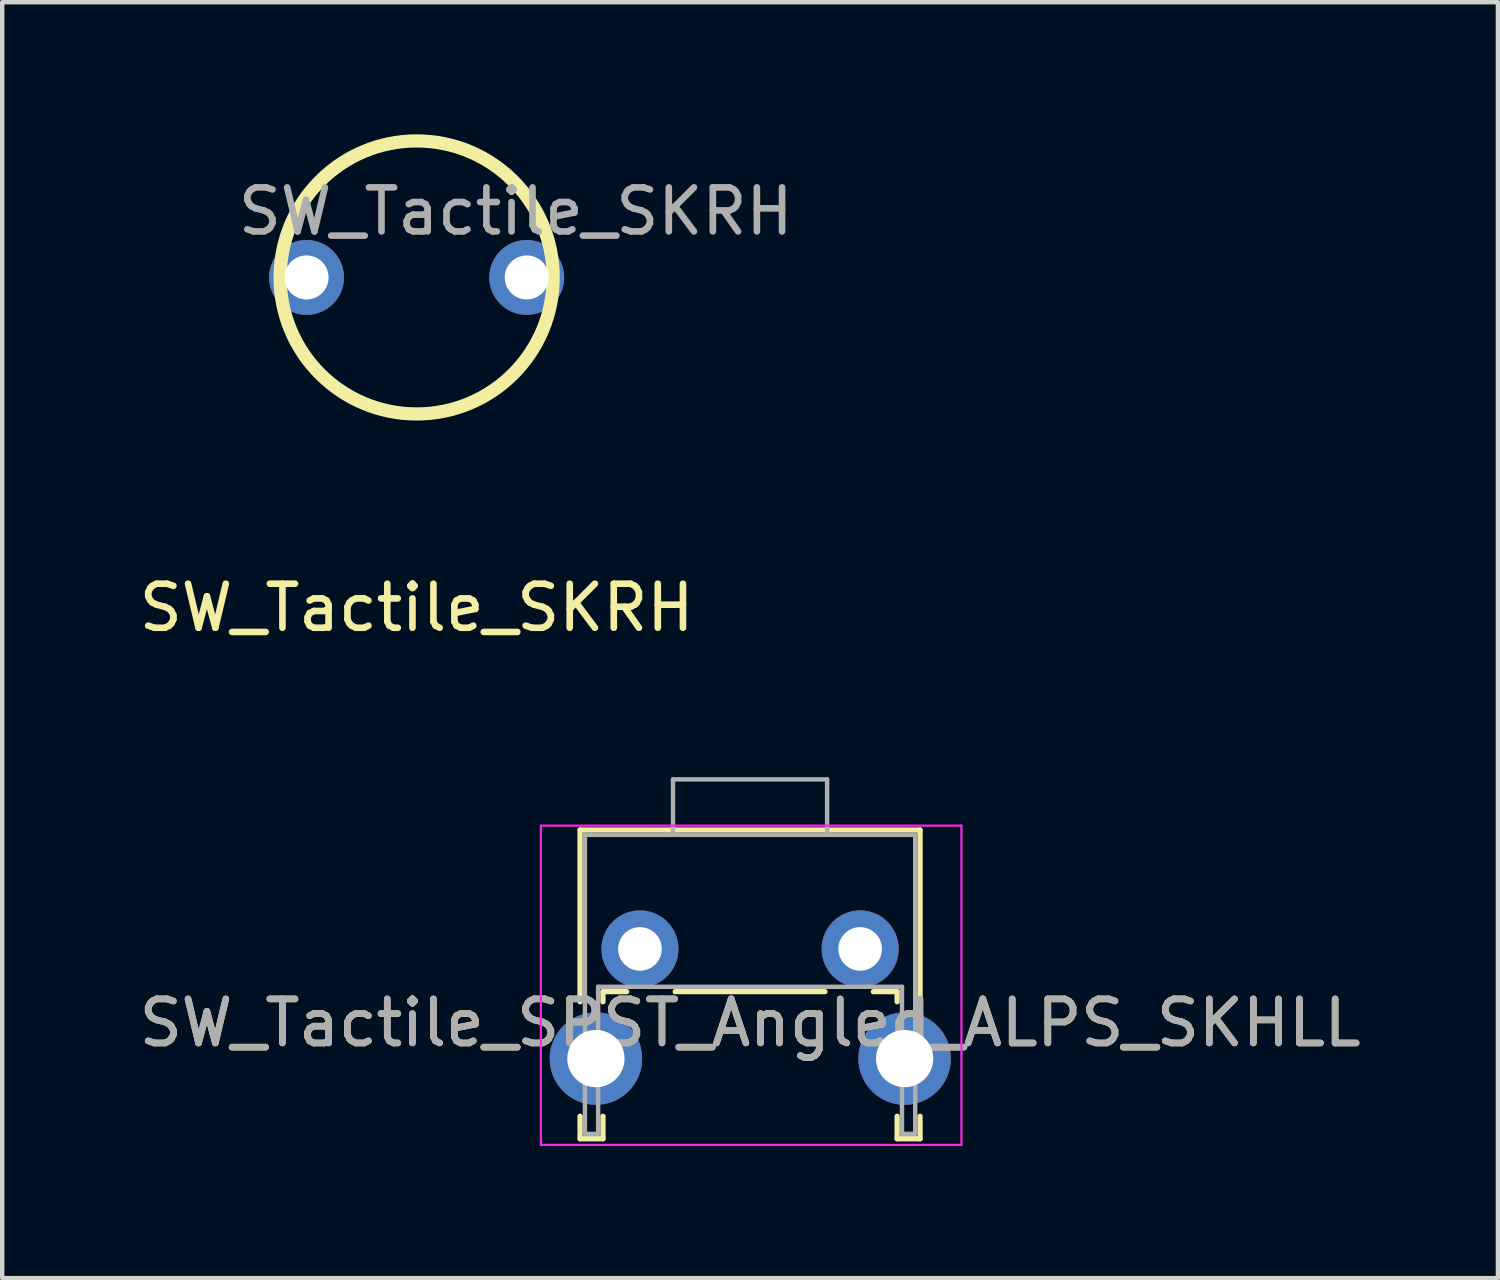
<source format=kicad_pcb>
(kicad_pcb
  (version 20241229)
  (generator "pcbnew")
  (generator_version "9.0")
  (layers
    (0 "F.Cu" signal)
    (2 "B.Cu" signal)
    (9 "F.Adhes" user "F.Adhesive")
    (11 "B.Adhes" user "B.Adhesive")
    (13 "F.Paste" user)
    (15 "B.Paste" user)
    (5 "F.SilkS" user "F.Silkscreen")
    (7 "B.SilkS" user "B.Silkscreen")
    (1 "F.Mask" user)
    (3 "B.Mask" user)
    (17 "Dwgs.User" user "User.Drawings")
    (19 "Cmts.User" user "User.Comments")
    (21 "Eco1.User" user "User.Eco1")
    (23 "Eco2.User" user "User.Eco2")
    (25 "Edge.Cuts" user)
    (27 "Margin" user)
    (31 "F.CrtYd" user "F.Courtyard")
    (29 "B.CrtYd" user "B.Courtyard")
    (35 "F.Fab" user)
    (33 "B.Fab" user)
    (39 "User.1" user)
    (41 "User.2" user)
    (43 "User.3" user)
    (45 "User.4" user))
  (footprint "SW_Tactile_SPST_Angled_ALPS_SKHLL"
    (layer "F.Cu")
    (at 13.982 18.498)
    (property "Reference" "SW_Tactile_SPST_Angled_ALPS_SKHLL" (at 0 1.68 0) (layer "F.SilkS") (effects (font (size 1 1) (thickness 0.15))))
    (attr through_hole)
    (fp_line (start -3.86 -2.7) (end -3.86 1.2) (stroke (width 0.12) (type solid)) (layer "F.SilkS"))
    (fp_line (start -3.86 -2.7) (end 3.86 -2.7) (stroke (width 0.12) (type solid)) (layer "F.SilkS"))
    (fp_line (start -3.86 3.8) (end -3.86 4.31) (stroke (width 0.12) (type solid)) (layer "F.SilkS"))
    (fp_line (start -3.86 4.31) (end -3.34 4.31) (stroke (width 0.12) (type solid)) (layer "F.SilkS"))
    (fp_line (start -3.34 0.97) (end -3.34 1.2) (stroke (width 0.12) (type solid)) (layer "F.SilkS"))
    (fp_line (start -3.34 0.97) (end -2.8 0.97) (stroke (width 0.12) (type solid)) (layer "F.SilkS"))
    (fp_line (start -3.34 3.8) (end -3.34 4.31) (stroke (width 0.12) (type solid)) (layer "F.SilkS"))
    (fp_line (start -1.7 0.97) (end 1.7 0.97) (stroke (width 0.12) (type solid)) (layer "F.SilkS"))
    (fp_line (start 2.8 0.97) (end 3.34 0.97) (stroke (width 0.12) (type solid)) (layer "F.SilkS"))
    (fp_line (start 3.34 0.97) (end 3.34 1.2) (stroke (width 0.12) (type solid)) (layer "F.SilkS"))
    (fp_line (start 3.34 3.8) (end 3.34 4.31) (stroke (width 0.12) (type solid)) (layer "F.SilkS"))
    (fp_line (start 3.34 4.31) (end 3.86 4.31) (stroke (width 0.12) (type solid)) (layer "F.SilkS"))
    (fp_line (start 3.86 -2.7) (end 3.86 1.2) (stroke (width 0.12) (type solid)) (layer "F.SilkS"))
    (fp_line (start 3.86 3.8) (end 3.86 4.31) (stroke (width 0.12) (type solid)) (layer "F.SilkS"))
    (fp_line (start -4.75 -2.8) (end 4.8 -2.8) (stroke (width 0.05) (type solid)) (layer "F.CrtYd"))
    (fp_line (start -4.75 4.45) (end -4.75 -2.8) (stroke (width 0.05) (type solid)) (layer "F.CrtYd"))
    (fp_line (start 4.8 -2.8) (end 4.8 4.45) (stroke (width 0.05) (type solid)) (layer "F.CrtYd"))
    (fp_line (start 4.8 4.45) (end -4.75 4.45) (stroke (width 0.05) (type solid)) (layer "F.CrtYd"))
    (fp_line (start -3.75 -2.59) (end 3.75 -2.59) (stroke (width 0.1) (type solid)) (layer "F.Fab"))
    (fp_line (start -3.75 4.2) (end -3.75 -2.59) (stroke (width 0.1) (type solid)) (layer "F.Fab"))
    (fp_line (start -3.75 4.2) (end -3.45 4.2) (stroke (width 0.1) (type solid)) (layer "F.Fab"))
    (fp_line (start -3.45 0.86) (end 3.45 0.86) (stroke (width 0.1) (type solid)) (layer "F.Fab"))
    (fp_line (start -3.45 4.2) (end -3.45 0.86) (stroke (width 0.1) (type solid)) (layer "F.Fab"))
    (fp_line (start -1.75 -3.85) (end -1.75 -2.59) (stroke (width 0.1) (type solid)) (layer "F.Fab"))
    (fp_line (start -1.75 -3.85) (end 1.75 -3.85) (stroke (width 0.1) (type solid)) (layer "F.Fab"))
    (fp_line (start 1.75 -3.85) (end 1.75 -2.59) (stroke (width 0.1) (type solid)) (layer "F.Fab"))
    (fp_line (start 3.45 4.2) (end 3.45 0.86) (stroke (width 0.1) (type solid)) (layer "F.Fab"))
    (fp_line (start 3.45 4.2) (end 3.75 4.2) (stroke (width 0.1) (type solid)) (layer "F.Fab"))
    (fp_line (start 3.75 4.2) (end 3.75 -2.59) (stroke (width 0.1) (type solid)) (layer "F.Fab"))
    (fp_text user "${REFERENCE}" (at 0 1.68 0) (layer "F.Fab") (effects (font (size 1 1) (thickness 0.15))))
    (pad "" thru_hole circle (at -3.5 2.49) (size 2.1 2.1) (drill 1.3) (layers "*.Cu" "*.Mask"))
    (pad "" thru_hole circle (at 3.51 2.49) (size 2.1 2.1) (drill 1.3) (layers "*.Cu" "*.Mask"))
    (pad "1" thru_hole circle (at -2.5 0) (size 1.75 1.75) (drill 0.99) (layers "*.Cu" "*.Mask"))
    (pad "2" thru_hole circle (at 2.5 0) (size 1.75 1.75) (drill 0.99) (layers "*.Cu" "*.Mask")))
  (footprint "SW_Tactile_SKRH"
    (layer "F.Cu")
    (at 6.411 3.25)
    (property "Reference" "SW_Tactile_SKRH" (at 0 7.5 0) (layer "F.SilkS") (effects (font (size 1 1) (thickness 0.15))))
    (attr through_hole)
    (fp_circle (center -2.5 0) (end -2.945 0) (stroke (width 0.1) (type solid)) (fill no) (layer "F.Mask"))
    (fp_circle (center 2.5 0) (end 2.055 0) (stroke (width 0.1) (type solid)) (fill no) (layer "F.Mask"))
    (fp_circle (center -2.5 0) (end -3.389 0) (stroke (width 0.1) (type solid)) (fill no) (layer "B.Mask"))
    (fp_circle (center 2.5 0) (end 1.611 0) (stroke (width 0.1) (type solid)) (fill no) (layer "B.Mask"))
    (fp_circle (center 0 0) (end 3.1 0) (stroke (width 0.3) (type solid)) (fill no) (layer "F.SilkS"))
    (fp_text user "${REFERENCE}" (at 2.25 -1.5 0) (layer "F.Fab") (effects (font (size 1 1) (thickness 0.15))))
    (pad "1" thru_hole circle (at -2.5 0 180) (size 1.7 1.7) (drill 1) (layers "*.Cu" "*.Mask"))
    (pad "2" thru_hole circle (at 2.5 0 180) (size 1.7 1.7) (drill 1) (layers "*.Cu" "*.Mask")))
  (gr_rect
    (start -3 -3)
    (end 30.964 25.973)
    (stroke (width 0.1) (type default))
    (fill no)
    (layer "Edge.Cuts")))
</source>
